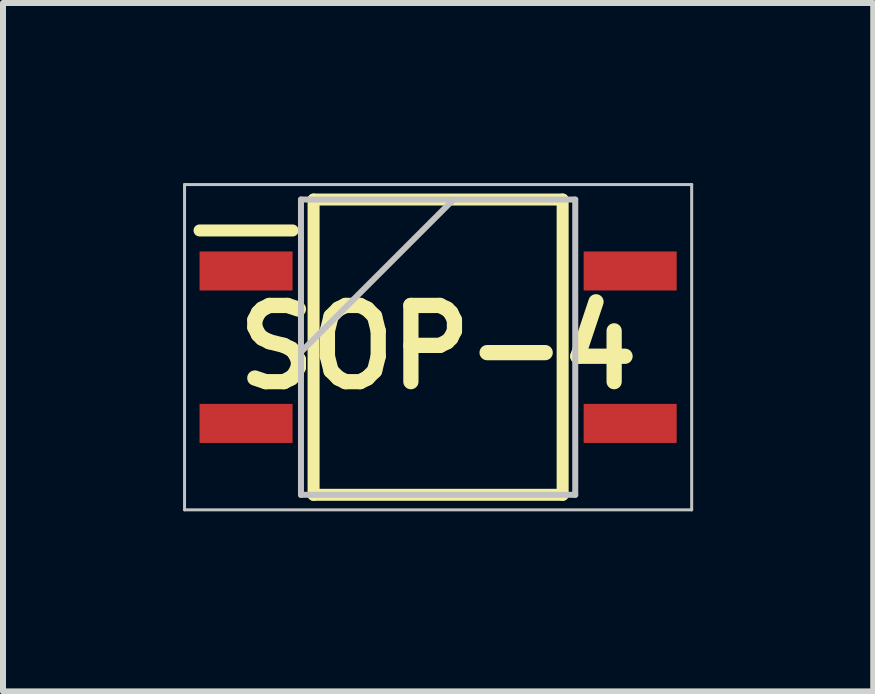
<source format=kicad_pcb>
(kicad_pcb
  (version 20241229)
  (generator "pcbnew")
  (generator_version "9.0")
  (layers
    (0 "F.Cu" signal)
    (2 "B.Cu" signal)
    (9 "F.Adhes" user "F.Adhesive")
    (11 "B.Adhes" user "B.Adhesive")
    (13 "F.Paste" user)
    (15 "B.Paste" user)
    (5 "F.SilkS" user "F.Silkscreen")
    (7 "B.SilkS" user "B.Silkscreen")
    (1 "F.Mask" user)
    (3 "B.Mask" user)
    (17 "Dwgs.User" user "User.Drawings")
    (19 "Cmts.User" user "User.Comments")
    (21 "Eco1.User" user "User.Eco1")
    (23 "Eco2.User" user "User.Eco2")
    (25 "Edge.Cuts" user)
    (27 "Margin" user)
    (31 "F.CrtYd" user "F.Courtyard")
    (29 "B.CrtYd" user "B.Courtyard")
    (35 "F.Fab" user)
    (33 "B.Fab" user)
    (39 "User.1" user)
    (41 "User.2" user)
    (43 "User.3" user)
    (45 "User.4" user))
  (footprint "SOP-4"
    (layer "F.Cu")
    (at 4.25 2.735)
    (property "Reference" "SOP-4" (at 0 0 0) (layer "F.SilkS") (effects (font (size 1.27 1.27) (thickness 0.254))))
    (attr smd)
    (fp_line (start -3.975 -1.945) (end -2.425 -1.945) (stroke (width 0.2) (type solid)) (layer "F.SilkS"))
    (fp_line (start -2.075 -2.46) (end 2.075 -2.46) (stroke (width 0.2) (type solid)) (layer "F.SilkS"))
    (fp_line (start -2.075 2.46) (end -2.075 -2.46) (stroke (width 0.2) (type solid)) (layer "F.SilkS"))
    (fp_line (start 2.075 -2.46) (end 2.075 2.46) (stroke (width 0.2) (type solid)) (layer "F.SilkS"))
    (fp_line (start 2.075 2.46) (end -2.075 2.46) (stroke (width 0.2) (type solid)) (layer "F.SilkS"))
    (fp_line (start -4.225 -2.71) (end 4.225 -2.71) (stroke (width 0.05) (type solid)) (layer "Dwgs.User"))
    (fp_line (start -4.225 2.71) (end -4.225 -2.71) (stroke (width 0.05) (type solid)) (layer "Dwgs.User"))
    (fp_line (start -2.285 -2.46) (end 2.285 -2.46) (stroke (width 0.1) (type solid)) (layer "Dwgs.User"))
    (fp_line (start -2.285 0.08) (end 0.255 -2.46) (stroke (width 0.1) (type solid)) (layer "Dwgs.User"))
    (fp_line (start -2.285 2.46) (end -2.285 -2.46) (stroke (width 0.1) (type solid)) (layer "Dwgs.User"))
    (fp_line (start 2.285 -2.46) (end 2.285 2.46) (stroke (width 0.1) (type solid)) (layer "Dwgs.User"))
    (fp_line (start 2.285 2.46) (end -2.285 2.46) (stroke (width 0.1) (type solid)) (layer "Dwgs.User"))
    (fp_line (start 4.225 -2.71) (end 4.225 2.71) (stroke (width 0.05) (type solid)) (layer "Dwgs.User"))
    (fp_line (start 4.225 2.71) (end -4.225 2.71) (stroke (width 0.05) (type solid)) (layer "Dwgs.User"))
    (pad "1" smd rect (at -3.2 -1.27 90) (size 0.65 1.55) (layers "F.Cu" "F.Mask" "F.Paste"))
    (pad "2" smd rect (at -3.2 1.27 90) (size 0.65 1.55) (layers "F.Cu" "F.Mask" "F.Paste"))
    (pad "3" smd rect (at 3.2 1.27 90) (size 0.65 1.55) (layers "F.Cu" "F.Mask" "F.Paste"))
    (pad "4" smd rect (at 3.2 -1.27 90) (size 0.65 1.55) (layers "F.Cu" "F.Mask" "F.Paste")))
  (gr_rect
    (start -3 -3)
    (end 11.5 8.47)
    (stroke (width 0.1) (type default))
    (fill no)
    (layer "Edge.Cuts")))
</source>
